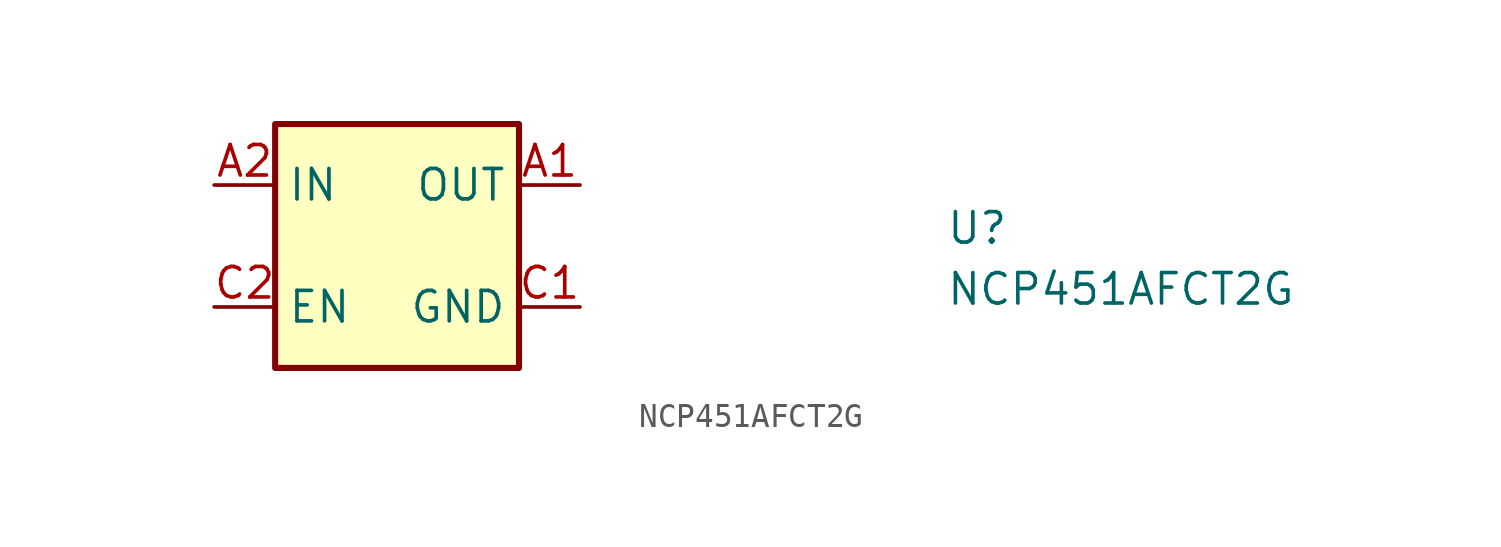
<source format=kicad_sym>
(kicad_symbol_lib
  (version 20211014)
  (generator kicad_symbol_editor)
  (symbol "NCP451AFCT2G"
    (property "Reference" "U"
      (at 30.48 -2.54 0)
      (effects (font (size 1.27 1.27) (thickness 0.15)) (justify left bottom)))
    (property "Value" "NCP451AFCT2G"
      (at 30.48 -5.08 0)
      (effects (font (size 1.27 1.27) (thickness 0.15)) (justify left bottom)))
    (symbol "NCP451AFCT2G_1_1"
      (rectangle (start 2.54 2.54) (end 12.7 -7.62) (stroke (width 0.254) (type default) (color 0 0 0 0)) (fill (type background)))
      (pin power_out line (at 15.24 0 180) (length 2.54) (name "OUT" (effects (font (size 1.27 1.27)))) (number "A1" (effects (font (size 1.27 1.27)))))
      (pin power_in line (at 0 0 0) (length 2.54) (name "IN" (effects (font (size 1.27 1.27)))) (number "A2" (effects (font (size 1.27 1.27)))))
      (pin passive line (at 15.24 0 180) (length 2.54) hide (name "OUT" (effects (font (size 1.27 1.27)))) (number "B1" (effects (font (size 1.27 1.27)))))
      (pin passive line (at 0 0 0) (length 2.54) hide (name "IN" (effects (font (size 1.27 1.27)))) (number "B2" (effects (font (size 1.27 1.27)))))
      (pin power_in line (at 15.24 -5.08 180) (length 2.54) (name "GND" (effects (font (size 1.27 1.27)))) (number "C1" (effects (font (size 1.27 1.27)))))
      (pin input line (at 0 -5.08 0) (length 2.54) (name "EN" (effects (font (size 1.27 1.27)))) (number "C2" (effects (font (size 1.27 1.27))))))))
</source>
